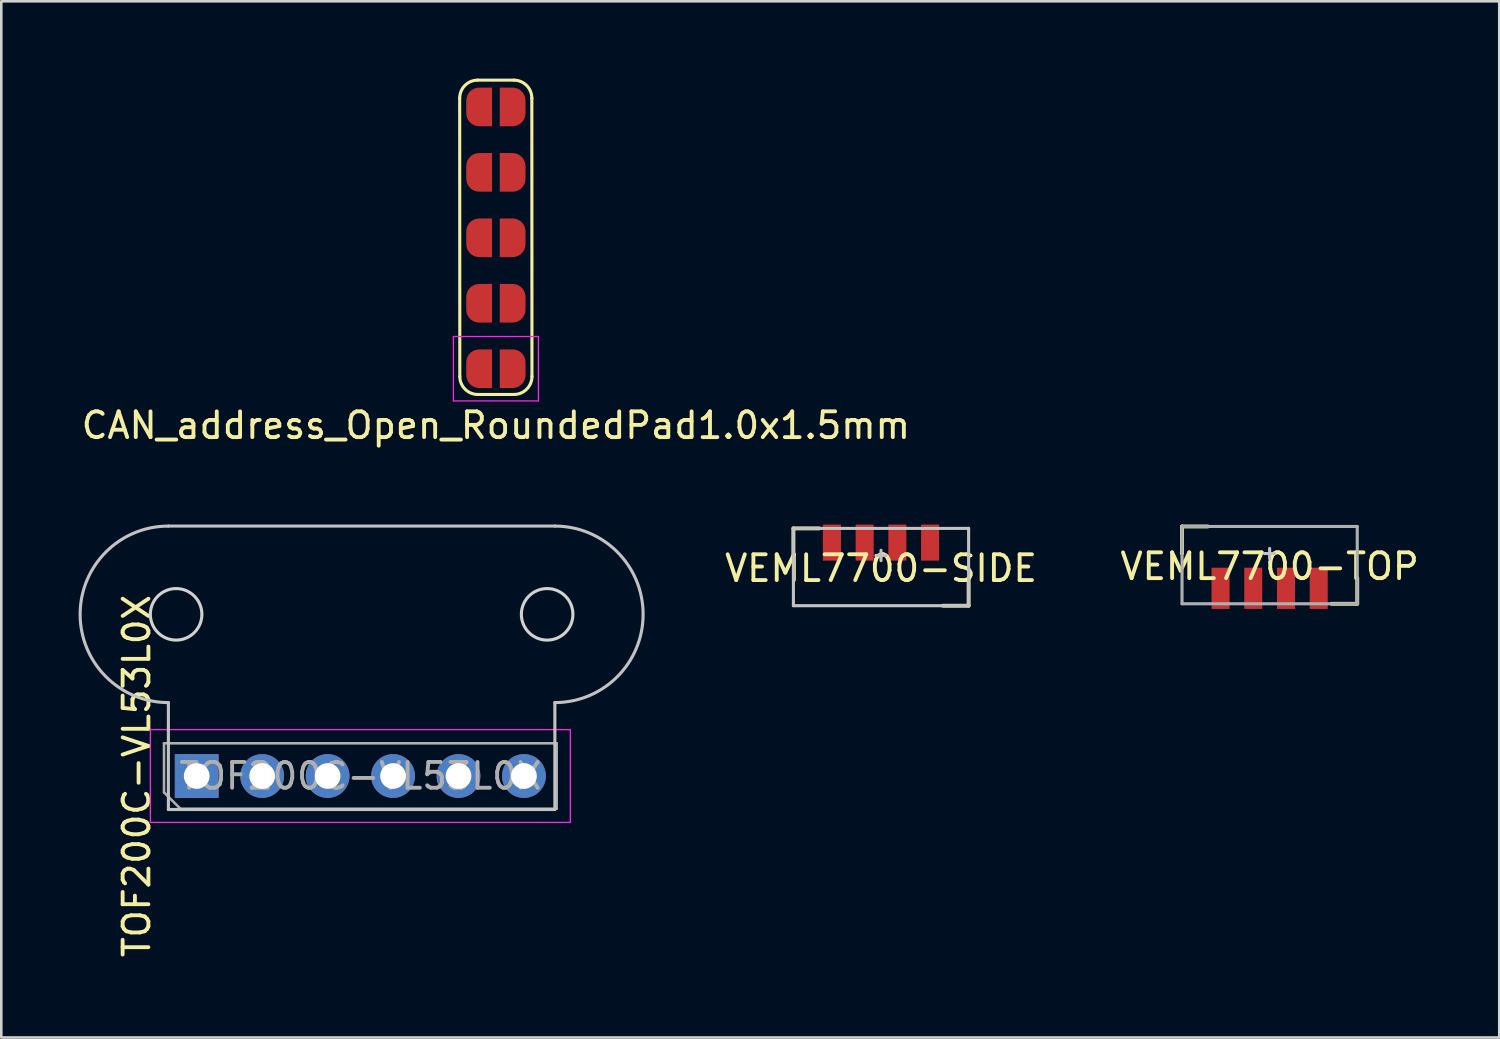
<source format=kicad_pcb>
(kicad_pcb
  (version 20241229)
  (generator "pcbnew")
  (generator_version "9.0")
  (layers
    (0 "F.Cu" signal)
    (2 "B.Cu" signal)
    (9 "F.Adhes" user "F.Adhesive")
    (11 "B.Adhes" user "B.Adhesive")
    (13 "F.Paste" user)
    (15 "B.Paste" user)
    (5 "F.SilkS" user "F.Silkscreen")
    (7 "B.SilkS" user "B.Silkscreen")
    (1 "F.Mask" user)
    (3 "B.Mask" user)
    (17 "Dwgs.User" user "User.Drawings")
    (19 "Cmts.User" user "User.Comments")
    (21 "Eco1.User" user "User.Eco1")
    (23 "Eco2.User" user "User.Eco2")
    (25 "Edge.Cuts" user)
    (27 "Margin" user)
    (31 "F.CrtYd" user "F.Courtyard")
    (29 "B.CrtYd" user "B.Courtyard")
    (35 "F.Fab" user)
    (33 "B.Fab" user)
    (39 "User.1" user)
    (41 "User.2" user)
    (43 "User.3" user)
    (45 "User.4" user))
  (footprint "VEML7700-TOP"
    (layer "F.Cu")
    (at 46.226 18.433)
    (property "Reference" "VEML7700-TOP" (at 0 0.5 0) (layer "F.SilkS") (effects (font (size 1 1) (thickness 0.15))))
    (attr smd)
    (fp_line (start -3.4 -1.05) (end -3.4 0) (stroke (width 0.15) (type solid)) (layer "F.SilkS"))
    (fp_line (start -2.4 -1.05) (end -3.4 -1.05) (stroke (width 0.15) (type solid)) (layer "F.SilkS"))
    (fp_line (start 3.4 1.95) (end 2.4 1.95) (stroke (width 0.15) (type solid)) (layer "F.SilkS"))
    (fp_line (start 3.4 1.95) (end 3.4 0.95) (stroke (width 0.15) (type solid)) (layer "F.SilkS"))
    (fp_line (start 0 -0.2) (end 0 0.2) (stroke (width 0.12) (type solid)) (layer "Dwgs.User"))
    (fp_line (start 0.2 0) (end -0.2 0) (stroke (width 0.12) (type solid)) (layer "Dwgs.User"))
    (fp_line (start -3.4 -1.05) (end 3.4 -1.05) (stroke (width 0.12) (type solid)) (layer "F.Fab"))
    (fp_line (start -3.4 1.95) (end -3.4 -1.05) (stroke (width 0.12) (type solid)) (layer "F.Fab"))
    (fp_line (start 3.4 -1.05) (end 3.4 1.95) (stroke (width 0.12) (type solid)) (layer "F.Fab"))
    (fp_line (start 3.4 1.95) (end -3.4 1.95) (stroke (width 0.12) (type solid)) (layer "F.Fab"))
    (pad "1" smd rect (at -1.905 1.35) (size 0.7 1.6) (layers "F.Cu" "F.Mask" "F.Paste"))
    (pad "2" smd rect (at -0.635 1.35) (size 0.7 1.6) (layers "F.Cu" "F.Mask" "F.Paste"))
    (pad "3" smd rect (at 0.635 1.35) (size 0.7 1.6) (layers "F.Cu" "F.Mask" "F.Paste"))
    (pad "4" smd rect (at 1.905 1.35) (size 0.7 1.6) (layers "F.Cu" "F.Mask" "F.Paste")))
  (footprint "VEML7700-SIDE"
    (layer "F.Cu")
    (at 31.143 18.508)
    (property "Reference" "VEML7700-SIDE" (at 0 0.5 0) (layer "F.SilkS") (effects (font (size 1 1) (thickness 0.15))))
    (attr smd)
    (fp_line (start -3.4 -1.05) (end -3.4 0) (stroke (width 0.15) (type solid)) (layer "F.SilkS"))
    (fp_line (start -2.4 -1.05) (end -3.4 -1.05) (stroke (width 0.15) (type solid)) (layer "F.SilkS"))
    (fp_line (start 3.4 1.95) (end 2.4 1.95) (stroke (width 0.15) (type solid)) (layer "F.SilkS"))
    (fp_line (start 3.4 1.95) (end 3.4 0.95) (stroke (width 0.15) (type solid)) (layer "F.SilkS"))
    (fp_line (start -3.4 -1.05) (end 3.4 -1.05) (stroke (width 0.12) (type solid)) (layer "Dwgs.User"))
    (fp_line (start -3.4 1.95) (end -3.4 -1.05) (stroke (width 0.12) (type solid)) (layer "Dwgs.User"))
    (fp_line (start 0 -0.2) (end 0 0.2) (stroke (width 0.12) (type solid)) (layer "Dwgs.User"))
    (fp_line (start 0.2 0) (end -0.2 0) (stroke (width 0.12) (type solid)) (layer "Dwgs.User"))
    (fp_line (start 3.4 -1.05) (end 3.4 1.95) (stroke (width 0.12) (type solid)) (layer "Dwgs.User"))
    (fp_line (start 3.4 1.95) (end -3.4 1.95) (stroke (width 0.12) (type solid)) (layer "Dwgs.User"))
    (pad "1" smd rect (at -1.905 -0.5) (size 0.7 1.4) (layers "F.Cu" "F.Mask" "F.Paste"))
    (pad "2" smd rect (at -0.635 -0.5) (size 0.7 1.4) (layers "F.Cu" "F.Mask" "F.Paste"))
    (pad "3" smd rect (at 0.635 -0.5) (size 0.7 1.4) (layers "F.Cu" "F.Mask" "F.Paste"))
    (pad "4" smd rect (at 1.905 -0.5) (size 0.7 1.4) (layers "F.Cu" "F.Mask" "F.Paste")))
  (footprint "TOF200C-VL53L0X"
    (layer "F.Cu")
    (at 4.585 27.068)
    (property "Reference" "TOF200C-VL53L0X" (at -2.33 0 90) (layer "F.SilkS") (effects (font (size 1 1) (thickness 0.15))))
    (attr through_hole)
    (fp_line (start -1.1 -9.7) (end 13.9 -9.7) (stroke (width 0.12) (type solid)) (layer "Dwgs.User"))
    (fp_line (start -1.1 1.3) (end -1.1 -2.85) (stroke (width 0.12) (type solid)) (layer "Dwgs.User"))
    (fp_line (start -1.1 1.3) (end 13.9 1.3) (stroke (width 0.12) (type solid)) (layer "Dwgs.User"))
    (fp_line (start 13.9 1.3) (end 13.9 -2.85) (stroke (width 0.12) (type solid)) (layer "Dwgs.User"))
    (fp_arc (start -1.1 -2.85) (mid -4.525 -6.275) (end -1.1 -9.7) (stroke (width 0.12) (type solid)) (layer "Dwgs.User"))
    (fp_arc (start 13.9 -9.7) (mid 17.325 -6.275) (end 13.9 -2.85) (stroke (width 0.12) (type solid)) (layer "Dwgs.User"))
    (fp_circle (center -0.8 -6.275) (end 0.2 -6.275) (stroke (width 0.12) (type solid)) (fill no) (layer "Edge.Cuts"))
    (fp_circle (center 13.6 -6.275) (end 14.6 -6.275) (stroke (width 0.12) (type solid)) (fill no) (layer "Edge.Cuts"))
    (fp_line (start -1.8 -1.8) (end -1.8 1.8) (stroke (width 0.05) (type solid)) (layer "F.CrtYd"))
    (fp_line (start -1.8 1.8) (end 14.5 1.8) (stroke (width 0.05) (type solid)) (layer "F.CrtYd"))
    (fp_line (start 14.5 -1.8) (end -1.8 -1.8) (stroke (width 0.05) (type solid)) (layer "F.CrtYd"))
    (fp_line (start 14.5 1.8) (end 14.5 -1.8) (stroke (width 0.05) (type solid)) (layer "F.CrtYd"))
    (fp_line (start -1.27 -1.27) (end 13.97 -1.27) (stroke (width 0.1) (type solid)) (layer "F.Fab"))
    (fp_line (start -1.27 0.635) (end -1.27 -1.27) (stroke (width 0.1) (type solid)) (layer "F.Fab"))
    (fp_line (start -0.635 1.27) (end -1.27 0.635) (stroke (width 0.1) (type solid)) (layer "F.Fab"))
    (fp_line (start 13.97 -1.27) (end 13.97 1.27) (stroke (width 0.1) (type solid)) (layer "F.Fab"))
    (fp_line (start 13.97 1.27) (end -0.635 1.27) (stroke (width 0.1) (type solid)) (layer "F.Fab"))
    (fp_text user "${REFERENCE}" (at 6.35 0 180) (layer "F.Fab") (effects (font (size 1 1) (thickness 0.15))))
    (pad "1" thru_hole rect (at 0 0 90) (size 1.7 1.7) (drill 1) (layers "*.Cu" "*.Mask"))
    (pad "2" thru_hole oval (at 2.54 0 90) (size 1.7 1.7) (drill 1) (layers "*.Cu" "*.Mask"))
    (pad "3" thru_hole oval (at 5.08 0 90) (size 1.7 1.7) (drill 1) (layers "*.Cu" "*.Mask"))
    (pad "4" thru_hole oval (at 7.62 0 90) (size 1.7 1.7) (drill 1) (layers "*.Cu" "*.Mask"))
    (pad "5" thru_hole oval (at 10.16 0 90) (size 1.7 1.7) (drill 1) (layers "*.Cu" "*.Mask"))
    (pad "6" thru_hole oval (at 12.7 0 90) (size 1.7 1.7) (drill 1) (layers "*.Cu" "*.Mask")))
  (footprint "CAN_address_Open_RoundedPad1.0x1.5mm"
    (layer "F.Cu")
    (at 16.196 11.26)
    (property "Reference" "CAN_address_Open_RoundedPad1.0x1.5mm" (at 0 2.2 0) (layer "F.SilkS") (effects (font (size 1 1) (thickness 0.15))))
    (attr exclude_from_pos_files exclude_from_bom)
    (fp_line (start -1.4 0.3) (end -1.405 -10.5) (stroke (width 0.12) (type solid)) (layer "F.SilkS"))
    (fp_line (start -0.705 -11.2) (end 0.695 -11.2) (stroke (width 0.12) (type solid)) (layer "F.SilkS"))
    (fp_line (start 0.7 1) (end -0.7 1) (stroke (width 0.12) (type solid)) (layer "F.SilkS"))
    (fp_line (start 1.395 -10.5) (end 1.4 0.3) (stroke (width 0.12) (type solid)) (layer "F.SilkS"))
    (fp_arc (start -1.405025 -10.5) (mid -1.2 -10.994975) (end -0.705025 -11.2) (stroke (width 0.12) (type solid)) (layer "F.SilkS"))
    (fp_arc (start -0.7 1) (mid -1.194975 0.794975) (end -1.4 0.3) (stroke (width 0.12) (type solid)) (layer "F.SilkS"))
    (fp_arc (start 0.694975 -11.2) (mid 1.18995 -10.994975) (end 1.394975 -10.5) (stroke (width 0.12) (type solid)) (layer "F.SilkS"))
    (fp_arc (start 1.4 0.3) (mid 1.194975 0.794975) (end 0.7 1) (stroke (width 0.12) (type solid)) (layer "F.SilkS"))
    (fp_line (start -1.65 -1.25) (end -1.65 1.25) (stroke (width 0.05) (type solid)) (layer "F.CrtYd"))
    (fp_line (start -1.65 -1.25) (end 1.65 -1.25) (stroke (width 0.05) (type solid)) (layer "F.CrtYd"))
    (fp_line (start 1.65 1.25) (end -1.65 1.25) (stroke (width 0.05) (type solid)) (layer "F.CrtYd"))
    (fp_line (start 1.65 1.25) (end 1.65 -1.25) (stroke (width 0.05) (type solid)) (layer "F.CrtYd"))
    (pad "1" smd custom (at -0.65 -10.16) (size 1 0.5) (layers "F.Cu" "F.Mask") (options (anchor rect)) (primitives (gr_circle (center 0 0.25) (end 0.5 0.25) (width 0) (fill yes)) (gr_circle (center 0 -0.25) (end 0.5 -0.25) (width 0) (fill yes)) (gr_poly (pts (xy 0.5 0.75) (xy 0 0.75) (xy 0 -0.75) (xy 0.5 -0.75)) (width 0) (fill yes))))
    (pad "2" smd custom (at 0.65 -10.16) (size 1 0.5) (layers "F.Cu" "F.Mask") (options (anchor rect)) (primitives (gr_circle (center 0 0.25) (end 0.5 0.25) (width 0) (fill yes)) (gr_circle (center 0 -0.25) (end 0.5 -0.25) (width 0) (fill yes)) (gr_poly (pts (xy 0 0.75) (xy -0.5 0.75) (xy -0.5 -0.75) (xy 0 -0.75)) (width 0) (fill yes))))
    (pad "3" smd custom (at -0.65 -7.62) (size 1 0.5) (layers "F.Cu" "F.Mask") (options (anchor rect)) (primitives (gr_circle (center 0 0.25) (end 0.5 0.25) (width 0) (fill yes)) (gr_circle (center 0 -0.25) (end 0.5 -0.25) (width 0) (fill yes)) (gr_poly (pts (xy 0.5 0.75) (xy 0 0.75) (xy 0 -0.75) (xy 0.5 -0.75)) (width 0) (fill yes))))
    (pad "4" smd custom (at 0.65 -7.62) (size 1 0.5) (layers "F.Cu" "F.Mask") (options (anchor rect)) (primitives (gr_circle (center 0 0.25) (end 0.5 0.25) (width 0) (fill yes)) (gr_circle (center 0 -0.25) (end 0.5 -0.25) (width 0) (fill yes)) (gr_poly (pts (xy 0 0.75) (xy -0.5 0.75) (xy -0.5 -0.75) (xy 0 -0.75)) (width 0) (fill yes))))
    (pad "5" smd custom (at -0.65 -5.08) (size 1 0.5) (layers "F.Cu" "F.Mask") (options (anchor rect)) (primitives (gr_circle (center 0 0.25) (end 0.5 0.25) (width 0) (fill yes)) (gr_circle (center 0 -0.25) (end 0.5 -0.25) (width 0) (fill yes)) (gr_poly (pts (xy 0.5 0.75) (xy 0 0.75) (xy 0 -0.75) (xy 0.5 -0.75)) (width 0) (fill yes))))
    (pad "6" smd custom (at 0.65 -5.08) (size 1 0.5) (layers "F.Cu" "F.Mask") (options (anchor rect)) (primitives (gr_circle (center 0 0.25) (end 0.5 0.25) (width 0) (fill yes)) (gr_circle (center 0 -0.25) (end 0.5 -0.25) (width 0) (fill yes)) (gr_poly (pts (xy 0 0.75) (xy -0.5 0.75) (xy -0.5 -0.75) (xy 0 -0.75)) (width 0) (fill yes))))
    (pad "7" smd custom (at -0.65 -2.54) (size 1 0.5) (layers "F.Cu" "F.Mask") (options (anchor rect)) (primitives (gr_circle (center 0 0.25) (end 0.5 0.25) (width 0) (fill yes)) (gr_circle (center 0 -0.25) (end 0.5 -0.25) (width 0) (fill yes)) (gr_poly (pts (xy 0.5 0.75) (xy 0 0.75) (xy 0 -0.75) (xy 0.5 -0.75)) (width 0) (fill yes))))
    (pad "8" smd custom (at 0.65 -2.54) (size 1 0.5) (layers "F.Cu" "F.Mask") (options (anchor rect)) (primitives (gr_circle (center 0 0.25) (end 0.5 0.25) (width 0) (fill yes)) (gr_circle (center 0 -0.25) (end 0.5 -0.25) (width 0) (fill yes)) (gr_poly (pts (xy 0 0.75) (xy -0.5 0.75) (xy -0.5 -0.75) (xy 0 -0.75)) (width 0) (fill yes))))
    (pad "9" smd custom (at -0.65 0) (size 1 0.5) (layers "F.Cu" "F.Mask") (options (anchor rect)) (primitives (gr_circle (center 0 0.25) (end 0.5 0.25) (width 0) (fill yes)) (gr_circle (center 0 -0.25) (end 0.5 -0.25) (width 0) (fill yes)) (gr_poly (pts (xy 0.5 0.75) (xy 0 0.75) (xy 0 -0.75) (xy 0.5 -0.75)) (width 0) (fill yes))))
    (pad "10" smd custom (at 0.65 0) (size 1 0.5) (layers "F.Cu" "F.Mask") (options (anchor rect)) (primitives (gr_circle (center 0 0.25) (end 0.5 0.25) (width 0) (fill yes)) (gr_circle (center 0 -0.25) (end 0.5 -0.25) (width 0) (fill yes)) (gr_poly (pts (xy 0 0.75) (xy -0.5 0.75) (xy -0.5 -0.75) (xy 0 -0.75)) (width 0) (fill yes)))))
  (gr_rect
    (start -3 -3)
    (end 55.137 37.217)
    (stroke (width 0.1) (type default))
    (fill no)
    (layer "Edge.Cuts")))
</source>
